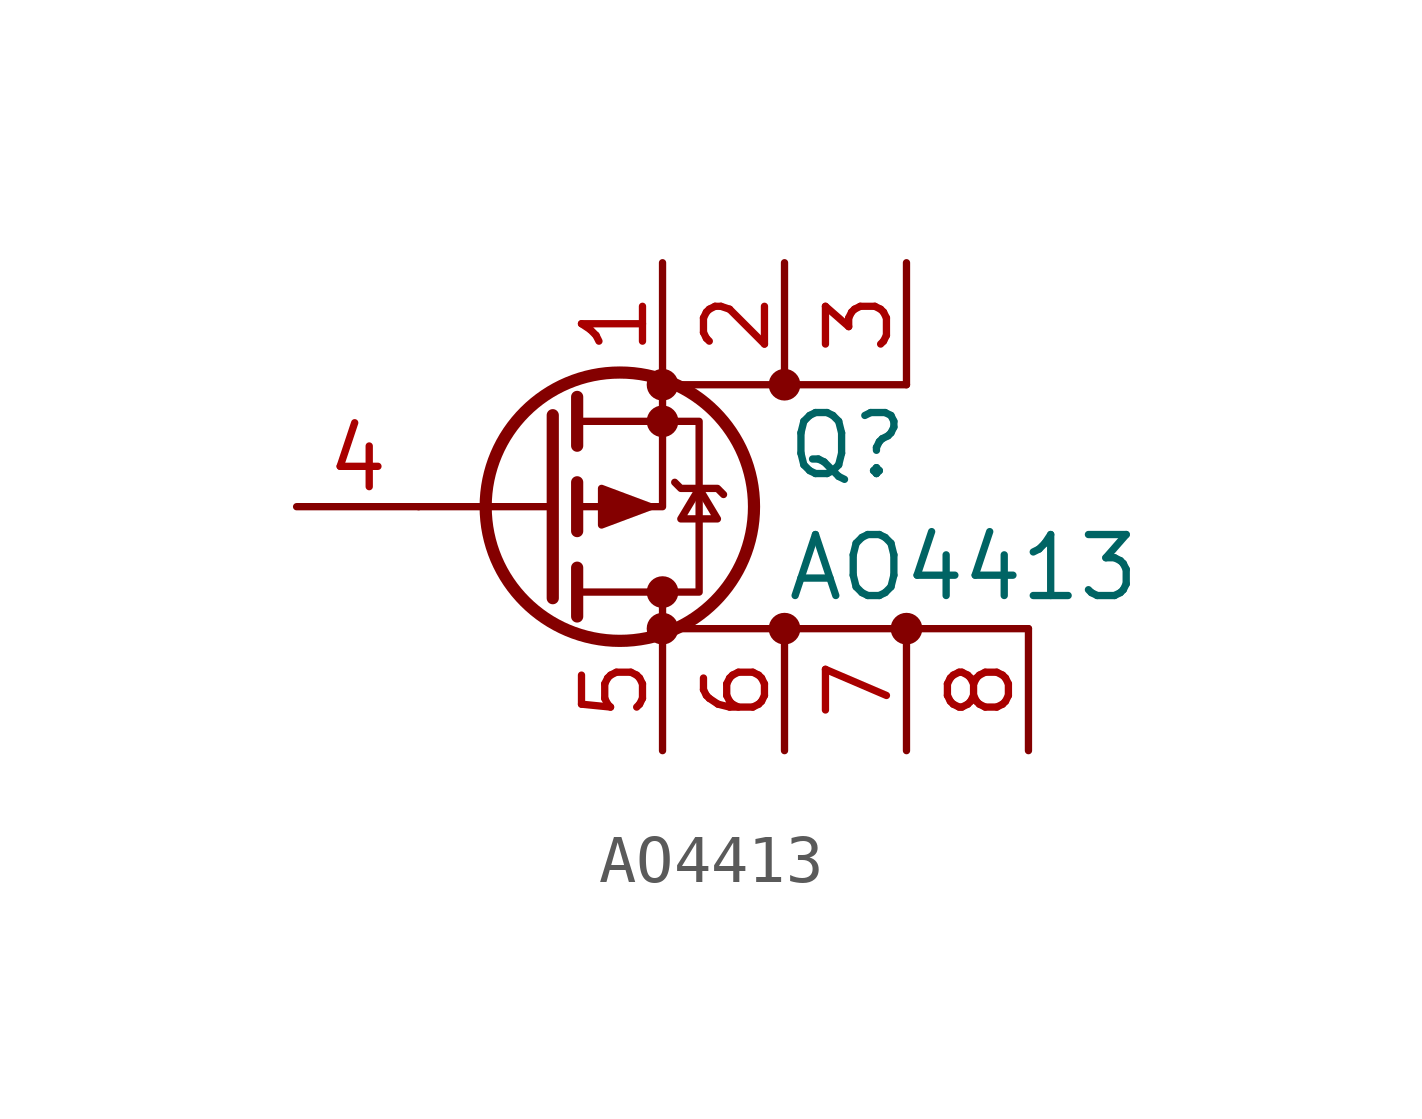
<source format=kicad_sym>
(kicad_symbol_lib
  (version 20211014)
  (generator kicad_symbol_editor)
  (symbol "AO4413"
    (pin_names
      (offset 0) hide)
    (property "Reference" "Q"
      (at 5.08 1.27 0)
      (effects (font (size 1.27 1.27)) (justify left)))
    (property "Value" "AO4413"
      (at 5.08 -1.27 0)
      (effects (font (size 1.27 1.27)) (justify left)))
    (symbol "AO4413_0_1"
      (polyline (pts (xy 0.254 -1.905) (xy 0.254 1.905)) (stroke (width 0.254) (type default) (color 0 0 0 0)) (fill (type none)))
      (polyline (pts (xy 0.254 0) (xy -2.54 0)) (stroke (width 0) (type default) (color 0 0 0 0)) (fill (type none)))
      (polyline (pts (xy 0.762 -2.286) (xy 0.762 -1.27)) (stroke (width 0.254) (type default) (color 0 0 0 0)) (fill (type none)))
      (polyline (pts (xy 0.762 -0.508) (xy 0.762 0.508)) (stroke (width 0.254) (type default) (color 0 0 0 0)) (fill (type none)))
      (polyline (pts (xy 0.762 1.27) (xy 0.762 2.286)) (stroke (width 0.254) (type default) (color 0 0 0 0)) (fill (type none)))
      (polyline (pts (xy 2.54 -2.54) (xy 2.54 -1.778)) (stroke (width 0) (type default) (color 0 0 0 0)) (fill (type none)))
      (polyline (pts (xy 2.54 -2.54) (xy 10.16 -2.54)) (stroke (width 0) (type default) (color 0 0 0 0)) (fill (type none)))
      (polyline (pts (xy 2.54 2.54) (xy 7.62 2.54)) (stroke (width 0) (type default) (color 0 0 0 0)) (fill (type none)))
      (polyline (pts (xy 2.54 2.54) (xy 2.54 0) (xy 0.762 0)) (stroke (width 0) (type default) (color 0 0 0 0)) (fill (type none)))
      (polyline (pts (xy 0.762 -1.778) (xy 3.302 -1.778) (xy 3.302 1.778) (xy 0.762 1.778)) (stroke (width 0) (type default) (color 0 0 0 0)) (fill (type none)))
      (polyline (pts (xy 2.286 0) (xy 1.27 -0.381) (xy 1.27 0.381) (xy 2.286 0)) (stroke (width 0) (type default) (color 0 0 0 0)) (fill (type outline)))
      (polyline (pts (xy 2.794 0.508) (xy 2.921 0.381) (xy 3.683 0.381) (xy 3.81 0.254)) (stroke (width 0) (type default) (color 0 0 0 0)) (fill (type none)))
      (polyline (pts (xy 3.302 0.381) (xy 2.921 -0.254) (xy 3.683 -0.254) (xy 3.302 0.381)) (stroke (width 0) (type default) (color 0 0 0 0)) (fill (type none)))
      (circle (center 1.651 0) (radius 2.794) (stroke (width 0.254) (type default) (color 0 0 0 0)) (fill (type none)))
      (circle (center 2.54 -2.54) (radius 0.254) (stroke (width 0) (type default) (color 0 0 0 0)) (fill (type outline)))
      (circle (center 2.54 -1.778) (radius 0.254) (stroke (width 0) (type default) (color 0 0 0 0)) (fill (type outline)))
      (circle (center 2.54 1.778) (radius 0.254) (stroke (width 0) (type default) (color 0 0 0 0)) (fill (type outline)))
      (circle (center 2.54 2.54) (radius 0.254) (stroke (width 0) (type default) (color 0 0 0 0)) (fill (type outline)))
      (circle (center 5.08 -2.54) (radius 0.254) (stroke (width 0) (type default) (color 0 0 0 0)) (fill (type outline)))
      (circle (center 5.08 2.54) (radius 0.254) (stroke (width 0) (type default) (color 0 0 0 0)) (fill (type outline)))
      (circle (center 7.62 -2.54) (radius 0.254) (stroke (width 0) (type default) (color 0 0 0 0)) (fill (type outline))))
    (symbol "AO4413_1_1"
      (pin passive line (at 2.54 5.08 270) (length 2.54) (name "S" (effects (font (size 1.27 1.27)))) (number "1" (effects (font (size 1.27 1.27)))))
      (pin passive line (at 5.08 5.08 270) (length 2.54) (name "S" (effects (font (size 1.27 1.27)))) (number "2" (effects (font (size 1.27 1.27)))))
      (pin passive line (at 7.62 5.08 270) (length 2.54) (name "S" (effects (font (size 1.27 1.27)))) (number "3" (effects (font (size 1.27 1.27)))))
      (pin input line (at -5.08 0 0) (length 2.54) (name "G" (effects (font (size 1.27 1.27)))) (number "4" (effects (font (size 1.27 1.27)))))
      (pin passive line (at 2.54 -5.08 90) (length 2.54) (name "D" (effects (font (size 1.27 1.27)))) (number "5" (effects (font (size 1.27 1.27)))))
      (pin passive line (at 5.08 -5.08 90) (length 2.54) (name "D" (effects (font (size 1.27 1.27)))) (number "6" (effects (font (size 1.27 1.27)))))
      (pin passive line (at 7.62 -5.08 90) (length 2.54) (name "D" (effects (font (size 1.27 1.27)))) (number "7" (effects (font (size 1.27 1.27)))))
      (pin passive line (at 10.16 -5.08 90) (length 2.54) (name "D" (effects (font (size 1.27 1.27)))) (number "8" (effects (font (size 1.27 1.27))))))))
</source>
